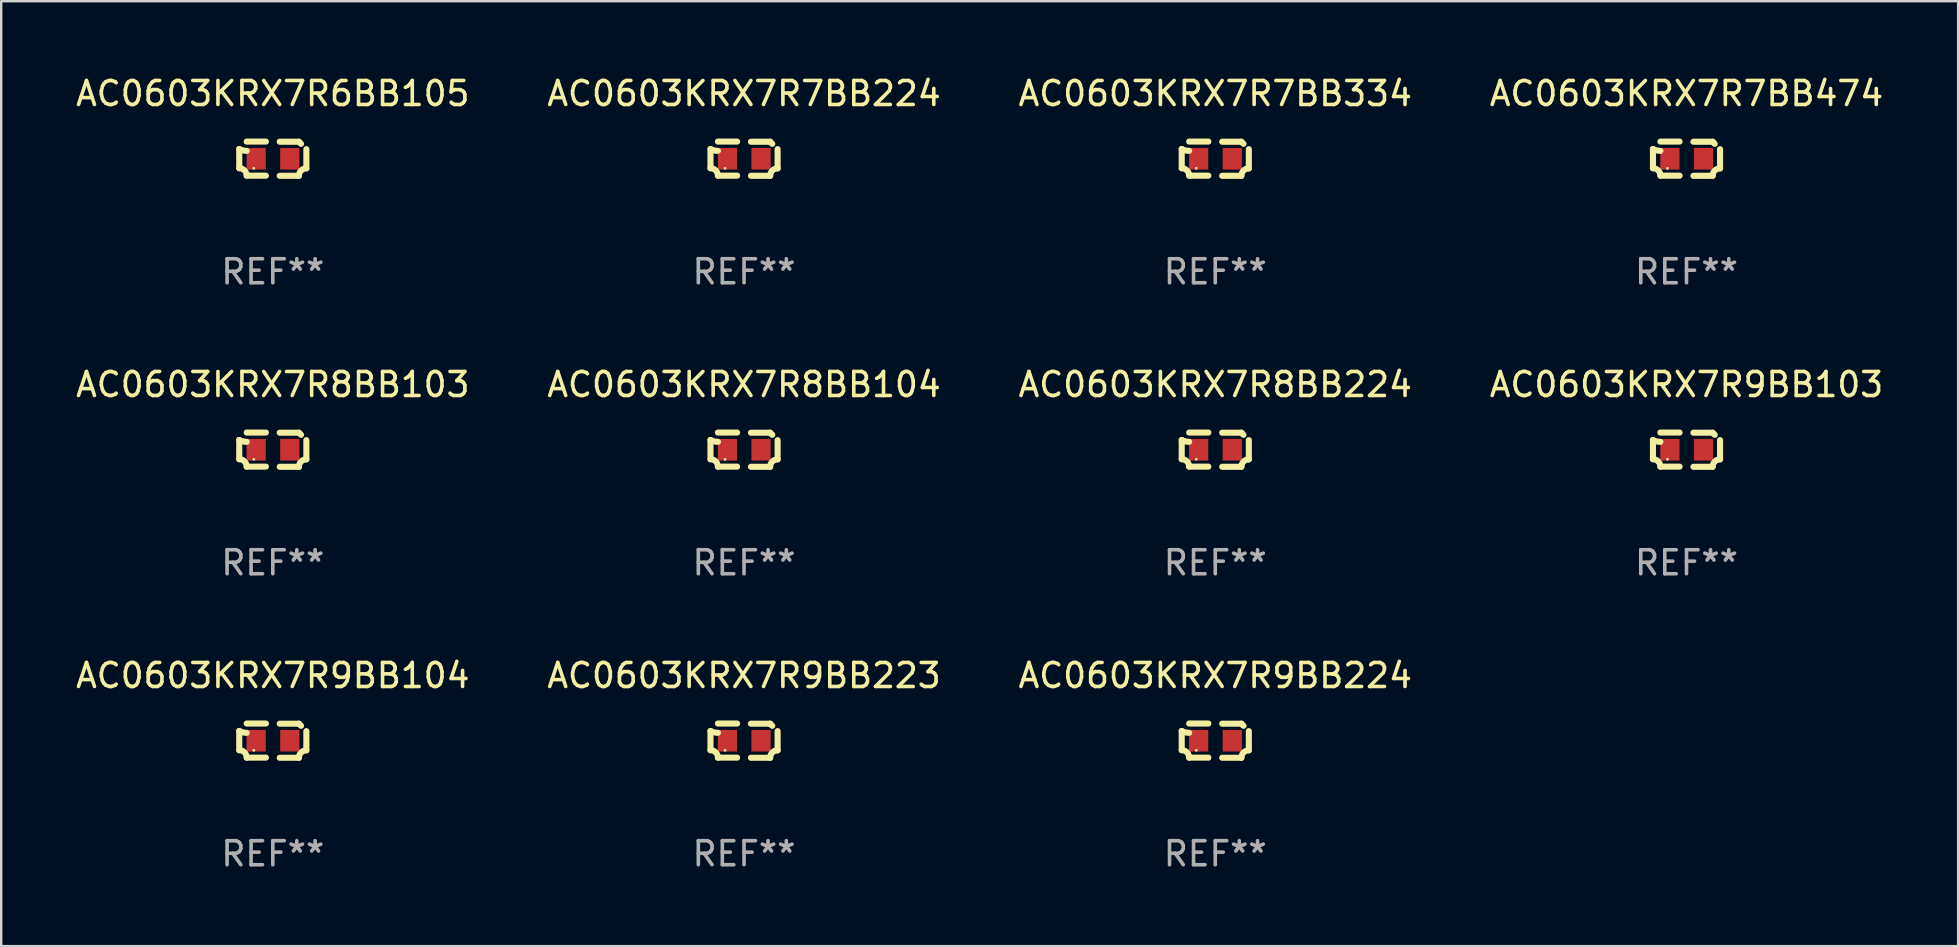
<source format=kicad_pcb>
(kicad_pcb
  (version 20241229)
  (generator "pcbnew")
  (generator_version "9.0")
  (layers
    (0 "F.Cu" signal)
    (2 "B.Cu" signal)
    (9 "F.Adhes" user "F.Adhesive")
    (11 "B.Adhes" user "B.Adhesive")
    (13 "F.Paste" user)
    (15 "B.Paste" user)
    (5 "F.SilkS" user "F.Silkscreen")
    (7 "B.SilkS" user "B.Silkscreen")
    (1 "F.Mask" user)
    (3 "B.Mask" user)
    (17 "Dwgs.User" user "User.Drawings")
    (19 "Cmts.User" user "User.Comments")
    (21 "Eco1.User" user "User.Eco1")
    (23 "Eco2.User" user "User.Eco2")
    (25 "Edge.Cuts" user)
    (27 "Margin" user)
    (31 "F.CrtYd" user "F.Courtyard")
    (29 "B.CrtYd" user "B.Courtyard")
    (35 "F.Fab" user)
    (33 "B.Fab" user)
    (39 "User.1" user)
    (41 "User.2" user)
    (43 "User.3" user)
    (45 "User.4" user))
  (footprint "AC0603KRX7R9BB104"
    (layer "F.Cu")
    (at 8.315 27.805)
    (property "Reference" "AC0603KRX7R9BB104" (at 0 -2.713 0) (layer "F.SilkS") (effects (font (size 1 1) (thickness 0.15))))
    (attr through_hole)
    (fp_line (start -1.398 -0.403) (end -1.398 0.397) (stroke (width 0.254) (type solid)) (layer "F.SilkS"))
    (fp_line (start -0.288 -0.713) (end -1.088 -0.713) (stroke (width 0.254) (type solid)) (layer "F.SilkS"))
    (fp_line (start -0.288 0.707) (end -1.088 0.707) (stroke (width 0.254) (type solid)) (layer "F.SilkS"))
    (fp_line (start 0.288 -0.707) (end 1.088 -0.707) (stroke (width 0.254) (type solid)) (layer "F.SilkS"))
    (fp_line (start 0.288 0.713) (end 1.088 0.713) (stroke (width 0.254) (type solid)) (layer "F.SilkS"))
    (fp_line (start 1.398 -0.397) (end 1.398 0.403) (stroke (width 0.254) (type solid)) (layer "F.SilkS"))
    (fp_arc (start -1.397789 0.397066) (mid -1.178701 0.487826) (end -1.08796 0.706922) (stroke (width 0.254001) (type solid)) (layer "F.SilkS"))
    (fp_arc (start -1.08796 -0.327176) (mid -1.247436 -0.346384) (end -1.39779 -0.402908) (stroke (width 0.254001) (type solid)) (layer "F.SilkS"))
    (fp_arc (start 1.087909 0.712738) (mid 1.178656 0.493655) (end 1.397739 0.402908) (stroke (width 0.254001) (type solid)) (layer "F.SilkS"))
    (fp_arc (start 1.175925 -0.618926) (mid 1.131917 -0.662923) (end 1.08791 -0.706922) (stroke (width 0.254001) (type solid)) (layer "F.SilkS"))
    (fp_circle (center -0.792 0.403) (end -0.762 0.403) (stroke (width 0.06) (type solid)) (fill no) (layer "F.SilkS"))
    (fp_text user "REF**" (at 0 4.713 0) (layer "F.Fab") (effects (font (size 1 1) (thickness 0.15))))
    (pad "1" smd rect (at -0.692 0.003) (size 0.8 0.9) (layers "F.Cu" "F.Mask" "F.Paste"))
    (pad "2" smd rect (at 0.708 0.003) (size 0.8 0.9) (layers "F.Cu" "F.Mask" "F.Paste")))
  (footprint "AC0603KRX7R8BB224"
    (layer "F.Cu")
    (at 47.577 15.683)
    (property "Reference" "AC0603KRX7R8BB224" (at 0 -2.713 0) (layer "F.SilkS") (effects (font (size 1 1) (thickness 0.15))))
    (attr through_hole)
    (fp_line (start -1.398 -0.403) (end -1.398 0.397) (stroke (width 0.254) (type solid)) (layer "F.SilkS"))
    (fp_line (start -0.288 -0.713) (end -1.088 -0.713) (stroke (width 0.254) (type solid)) (layer "F.SilkS"))
    (fp_line (start -0.288 0.707) (end -1.088 0.707) (stroke (width 0.254) (type solid)) (layer "F.SilkS"))
    (fp_line (start 0.288 -0.707) (end 1.088 -0.707) (stroke (width 0.254) (type solid)) (layer "F.SilkS"))
    (fp_line (start 0.288 0.713) (end 1.088 0.713) (stroke (width 0.254) (type solid)) (layer "F.SilkS"))
    (fp_line (start 1.398 -0.397) (end 1.398 0.403) (stroke (width 0.254) (type solid)) (layer "F.SilkS"))
    (fp_arc (start -1.397789 0.397066) (mid -1.178701 0.487826) (end -1.08796 0.706922) (stroke (width 0.254001) (type solid)) (layer "F.SilkS"))
    (fp_arc (start -1.08796 -0.327176) (mid -1.247436 -0.346384) (end -1.39779 -0.402908) (stroke (width 0.254001) (type solid)) (layer "F.SilkS"))
    (fp_arc (start 1.087909 0.712738) (mid 1.178656 0.493655) (end 1.397739 0.402908) (stroke (width 0.254001) (type solid)) (layer "F.SilkS"))
    (fp_arc (start 1.175925 -0.618926) (mid 1.131917 -0.662923) (end 1.08791 -0.706922) (stroke (width 0.254001) (type solid)) (layer "F.SilkS"))
    (fp_circle (center -0.792 0.403) (end -0.762 0.403) (stroke (width 0.06) (type solid)) (fill no) (layer "F.SilkS"))
    (fp_text user "REF**" (at 0 4.713 0) (layer "F.Fab") (effects (font (size 1 1) (thickness 0.15))))
    (pad "1" smd rect (at -0.692 0.003) (size 0.8 0.9) (layers "F.Cu" "F.Mask" "F.Paste"))
    (pad "2" smd rect (at 0.708 0.003) (size 0.8 0.9) (layers "F.Cu" "F.Mask" "F.Paste")))
  (footprint "AC0603KRX7R7BB224"
    (layer "F.Cu")
    (at 27.946 3.561)
    (property "Reference" "AC0603KRX7R7BB224" (at 0 -2.713 0) (layer "F.SilkS") (effects (font (size 1 1) (thickness 0.15))))
    (attr through_hole)
    (fp_line (start -1.398 -0.403) (end -1.398 0.397) (stroke (width 0.254) (type solid)) (layer "F.SilkS"))
    (fp_line (start -0.288 -0.713) (end -1.088 -0.713) (stroke (width 0.254) (type solid)) (layer "F.SilkS"))
    (fp_line (start -0.288 0.707) (end -1.088 0.707) (stroke (width 0.254) (type solid)) (layer "F.SilkS"))
    (fp_line (start 0.288 -0.707) (end 1.088 -0.707) (stroke (width 0.254) (type solid)) (layer "F.SilkS"))
    (fp_line (start 0.288 0.713) (end 1.088 0.713) (stroke (width 0.254) (type solid)) (layer "F.SilkS"))
    (fp_line (start 1.398 -0.397) (end 1.398 0.403) (stroke (width 0.254) (type solid)) (layer "F.SilkS"))
    (fp_arc (start -1.397789 0.397066) (mid -1.178701 0.487826) (end -1.08796 0.706922) (stroke (width 0.254001) (type solid)) (layer "F.SilkS"))
    (fp_arc (start -1.08796 -0.327176) (mid -1.247436 -0.346384) (end -1.39779 -0.402908) (stroke (width 0.254001) (type solid)) (layer "F.SilkS"))
    (fp_arc (start 1.087909 0.712738) (mid 1.178656 0.493655) (end 1.397739 0.402908) (stroke (width 0.254001) (type solid)) (layer "F.SilkS"))
    (fp_arc (start 1.175925 -0.618926) (mid 1.131917 -0.662923) (end 1.08791 -0.706922) (stroke (width 0.254001) (type solid)) (layer "F.SilkS"))
    (fp_circle (center -0.792 0.403) (end -0.762 0.403) (stroke (width 0.06) (type solid)) (fill no) (layer "F.SilkS"))
    (fp_text user "REF**" (at 0 4.713 0) (layer "F.Fab") (effects (font (size 1 1) (thickness 0.15))))
    (pad "1" smd rect (at -0.692 0.003) (size 0.8 0.9) (layers "F.Cu" "F.Mask" "F.Paste"))
    (pad "2" smd rect (at 0.708 0.003) (size 0.8 0.9) (layers "F.Cu" "F.Mask" "F.Paste")))
  (footprint "AC0603KRX7R7BB474"
    (layer "F.Cu")
    (at 67.208 3.561)
    (property "Reference" "AC0603KRX7R7BB474" (at 0 -2.713 0) (layer "F.SilkS") (effects (font (size 1 1) (thickness 0.15))))
    (attr through_hole)
    (fp_line (start -1.398 -0.403) (end -1.398 0.397) (stroke (width 0.254) (type solid)) (layer "F.SilkS"))
    (fp_line (start -0.288 -0.713) (end -1.088 -0.713) (stroke (width 0.254) (type solid)) (layer "F.SilkS"))
    (fp_line (start -0.288 0.707) (end -1.088 0.707) (stroke (width 0.254) (type solid)) (layer "F.SilkS"))
    (fp_line (start 0.288 -0.707) (end 1.088 -0.707) (stroke (width 0.254) (type solid)) (layer "F.SilkS"))
    (fp_line (start 0.288 0.713) (end 1.088 0.713) (stroke (width 0.254) (type solid)) (layer "F.SilkS"))
    (fp_line (start 1.398 -0.397) (end 1.398 0.403) (stroke (width 0.254) (type solid)) (layer "F.SilkS"))
    (fp_arc (start -1.397789 0.397066) (mid -1.178701 0.487826) (end -1.08796 0.706922) (stroke (width 0.254001) (type solid)) (layer "F.SilkS"))
    (fp_arc (start -1.08796 -0.327176) (mid -1.247436 -0.346384) (end -1.39779 -0.402908) (stroke (width 0.254001) (type solid)) (layer "F.SilkS"))
    (fp_arc (start 1.087909 0.712738) (mid 1.178656 0.493655) (end 1.397739 0.402908) (stroke (width 0.254001) (type solid)) (layer "F.SilkS"))
    (fp_arc (start 1.175925 -0.618926) (mid 1.131917 -0.662923) (end 1.08791 -0.706922) (stroke (width 0.254001) (type solid)) (layer "F.SilkS"))
    (fp_circle (center -0.792 0.403) (end -0.762 0.403) (stroke (width 0.06) (type solid)) (fill no) (layer "F.SilkS"))
    (fp_text user "REF**" (at 0 4.713 0) (layer "F.Fab") (effects (font (size 1 1) (thickness 0.15))))
    (pad "1" smd rect (at -0.692 0.003) (size 0.8 0.9) (layers "F.Cu" "F.Mask" "F.Paste"))
    (pad "2" smd rect (at 0.708 0.003) (size 0.8 0.9) (layers "F.Cu" "F.Mask" "F.Paste")))
  (footprint "AC0603KRX7R8BB103"
    (layer "F.Cu")
    (at 8.315 15.683)
    (property "Reference" "AC0603KRX7R8BB103" (at 0 -2.713 0) (layer "F.SilkS") (effects (font (size 1 1) (thickness 0.15))))
    (attr through_hole)
    (fp_line (start -1.398 -0.403) (end -1.398 0.397) (stroke (width 0.254) (type solid)) (layer "F.SilkS"))
    (fp_line (start -0.288 -0.713) (end -1.088 -0.713) (stroke (width 0.254) (type solid)) (layer "F.SilkS"))
    (fp_line (start -0.288 0.707) (end -1.088 0.707) (stroke (width 0.254) (type solid)) (layer "F.SilkS"))
    (fp_line (start 0.288 -0.707) (end 1.088 -0.707) (stroke (width 0.254) (type solid)) (layer "F.SilkS"))
    (fp_line (start 0.288 0.713) (end 1.088 0.713) (stroke (width 0.254) (type solid)) (layer "F.SilkS"))
    (fp_line (start 1.398 -0.397) (end 1.398 0.403) (stroke (width 0.254) (type solid)) (layer "F.SilkS"))
    (fp_arc (start -1.397789 0.397066) (mid -1.178701 0.487826) (end -1.08796 0.706922) (stroke (width 0.254001) (type solid)) (layer "F.SilkS"))
    (fp_arc (start -1.08796 -0.327176) (mid -1.247436 -0.346384) (end -1.39779 -0.402908) (stroke (width 0.254001) (type solid)) (layer "F.SilkS"))
    (fp_arc (start 1.087909 0.712738) (mid 1.178656 0.493655) (end 1.397739 0.402908) (stroke (width 0.254001) (type solid)) (layer "F.SilkS"))
    (fp_arc (start 1.175925 -0.618926) (mid 1.131917 -0.662923) (end 1.08791 -0.706922) (stroke (width 0.254001) (type solid)) (layer "F.SilkS"))
    (fp_circle (center -0.792 0.403) (end -0.762 0.403) (stroke (width 0.06) (type solid)) (fill no) (layer "F.SilkS"))
    (fp_text user "REF**" (at 0 4.713 0) (layer "F.Fab") (effects (font (size 1 1) (thickness 0.15))))
    (pad "1" smd rect (at -0.692 0.003) (size 0.8 0.9) (layers "F.Cu" "F.Mask" "F.Paste"))
    (pad "2" smd rect (at 0.708 0.003) (size 0.8 0.9) (layers "F.Cu" "F.Mask" "F.Paste")))
  (footprint "AC0603KRX7R6BB105"
    (layer "F.Cu")
    (at 8.315 3.561)
    (property "Reference" "AC0603KRX7R6BB105" (at 0 -2.713 0) (layer "F.SilkS") (effects (font (size 1 1) (thickness 0.15))))
    (attr through_hole)
    (fp_line (start -1.398 -0.403) (end -1.398 0.397) (stroke (width 0.254) (type solid)) (layer "F.SilkS"))
    (fp_line (start -0.288 -0.713) (end -1.088 -0.713) (stroke (width 0.254) (type solid)) (layer "F.SilkS"))
    (fp_line (start -0.288 0.707) (end -1.088 0.707) (stroke (width 0.254) (type solid)) (layer "F.SilkS"))
    (fp_line (start 0.288 -0.707) (end 1.088 -0.707) (stroke (width 0.254) (type solid)) (layer "F.SilkS"))
    (fp_line (start 0.288 0.713) (end 1.088 0.713) (stroke (width 0.254) (type solid)) (layer "F.SilkS"))
    (fp_line (start 1.398 -0.397) (end 1.398 0.403) (stroke (width 0.254) (type solid)) (layer "F.SilkS"))
    (fp_arc (start -1.397789 0.397066) (mid -1.178701 0.487826) (end -1.08796 0.706922) (stroke (width 0.254001) (type solid)) (layer "F.SilkS"))
    (fp_arc (start -1.08796 -0.327176) (mid -1.247436 -0.346384) (end -1.39779 -0.402908) (stroke (width 0.254001) (type solid)) (layer "F.SilkS"))
    (fp_arc (start 1.087909 0.712738) (mid 1.178656 0.493655) (end 1.397739 0.402908) (stroke (width 0.254001) (type solid)) (layer "F.SilkS"))
    (fp_arc (start 1.175925 -0.618926) (mid 1.131917 -0.662923) (end 1.08791 -0.706922) (stroke (width 0.254001) (type solid)) (layer "F.SilkS"))
    (fp_circle (center -0.792 0.403) (end -0.762 0.403) (stroke (width 0.06) (type solid)) (fill no) (layer "F.SilkS"))
    (fp_text user "REF**" (at 0 4.713 0) (layer "F.Fab") (effects (font (size 1 1) (thickness 0.15))))
    (pad "1" smd rect (at -0.692 0.003) (size 0.8 0.9) (layers "F.Cu" "F.Mask" "F.Paste"))
    (pad "2" smd rect (at 0.708 0.003) (size 0.8 0.9) (layers "F.Cu" "F.Mask" "F.Paste")))
  (footprint "AC0603KRX7R9BB223"
    (layer "F.Cu")
    (at 27.946 27.805)
    (property "Reference" "AC0603KRX7R9BB223" (at 0 -2.713 0) (layer "F.SilkS") (effects (font (size 1 1) (thickness 0.15))))
    (attr through_hole)
    (fp_line (start -1.398 -0.403) (end -1.398 0.397) (stroke (width 0.254) (type solid)) (layer "F.SilkS"))
    (fp_line (start -0.288 -0.713) (end -1.088 -0.713) (stroke (width 0.254) (type solid)) (layer "F.SilkS"))
    (fp_line (start -0.288 0.707) (end -1.088 0.707) (stroke (width 0.254) (type solid)) (layer "F.SilkS"))
    (fp_line (start 0.288 -0.707) (end 1.088 -0.707) (stroke (width 0.254) (type solid)) (layer "F.SilkS"))
    (fp_line (start 0.288 0.713) (end 1.088 0.713) (stroke (width 0.254) (type solid)) (layer "F.SilkS"))
    (fp_line (start 1.398 -0.397) (end 1.398 0.403) (stroke (width 0.254) (type solid)) (layer "F.SilkS"))
    (fp_arc (start -1.397789 0.397066) (mid -1.178701 0.487826) (end -1.08796 0.706922) (stroke (width 0.254001) (type solid)) (layer "F.SilkS"))
    (fp_arc (start -1.08796 -0.327176) (mid -1.247436 -0.346384) (end -1.39779 -0.402908) (stroke (width 0.254001) (type solid)) (layer "F.SilkS"))
    (fp_arc (start 1.087909 0.712738) (mid 1.178656 0.493655) (end 1.397739 0.402908) (stroke (width 0.254001) (type solid)) (layer "F.SilkS"))
    (fp_arc (start 1.175925 -0.618926) (mid 1.131917 -0.662923) (end 1.08791 -0.706922) (stroke (width 0.254001) (type solid)) (layer "F.SilkS"))
    (fp_circle (center -0.792 0.403) (end -0.762 0.403) (stroke (width 0.06) (type solid)) (fill no) (layer "F.SilkS"))
    (fp_text user "REF**" (at 0 4.713 0) (layer "F.Fab") (effects (font (size 1 1) (thickness 0.15))))
    (pad "1" smd rect (at -0.692 0.003) (size 0.8 0.9) (layers "F.Cu" "F.Mask" "F.Paste"))
    (pad "2" smd rect (at 0.708 0.003) (size 0.8 0.9) (layers "F.Cu" "F.Mask" "F.Paste")))
  (footprint "AC0603KRX7R9BB224"
    (layer "F.Cu")
    (at 47.577 27.805)
    (property "Reference" "AC0603KRX7R9BB224" (at 0 -2.713 0) (layer "F.SilkS") (effects (font (size 1 1) (thickness 0.15))))
    (attr through_hole)
    (fp_line (start -1.398 -0.403) (end -1.398 0.397) (stroke (width 0.254) (type solid)) (layer "F.SilkS"))
    (fp_line (start -0.288 -0.713) (end -1.088 -0.713) (stroke (width 0.254) (type solid)) (layer "F.SilkS"))
    (fp_line (start -0.288 0.707) (end -1.088 0.707) (stroke (width 0.254) (type solid)) (layer "F.SilkS"))
    (fp_line (start 0.288 -0.707) (end 1.088 -0.707) (stroke (width 0.254) (type solid)) (layer "F.SilkS"))
    (fp_line (start 0.288 0.713) (end 1.088 0.713) (stroke (width 0.254) (type solid)) (layer "F.SilkS"))
    (fp_line (start 1.398 -0.397) (end 1.398 0.403) (stroke (width 0.254) (type solid)) (layer "F.SilkS"))
    (fp_arc (start -1.397789 0.397066) (mid -1.178701 0.487826) (end -1.08796 0.706922) (stroke (width 0.254001) (type solid)) (layer "F.SilkS"))
    (fp_arc (start -1.08796 -0.327176) (mid -1.247436 -0.346384) (end -1.39779 -0.402908) (stroke (width 0.254001) (type solid)) (layer "F.SilkS"))
    (fp_arc (start 1.087909 0.712738) (mid 1.178656 0.493655) (end 1.397739 0.402908) (stroke (width 0.254001) (type solid)) (layer "F.SilkS"))
    (fp_arc (start 1.175925 -0.618926) (mid 1.131917 -0.662923) (end 1.08791 -0.706922) (stroke (width 0.254001) (type solid)) (layer "F.SilkS"))
    (fp_circle (center -0.792 0.403) (end -0.762 0.403) (stroke (width 0.06) (type solid)) (fill no) (layer "F.SilkS"))
    (fp_text user "REF**" (at 0 4.713 0) (layer "F.Fab") (effects (font (size 1 1) (thickness 0.15))))
    (pad "1" smd rect (at -0.692 0.003) (size 0.8 0.9) (layers "F.Cu" "F.Mask" "F.Paste"))
    (pad "2" smd rect (at 0.708 0.003) (size 0.8 0.9) (layers "F.Cu" "F.Mask" "F.Paste")))
  (footprint "AC0603KRX7R7BB334"
    (layer "F.Cu")
    (at 47.577 3.561)
    (property "Reference" "AC0603KRX7R7BB334" (at 0 -2.713 0) (layer "F.SilkS") (effects (font (size 1 1) (thickness 0.15))))
    (attr through_hole)
    (fp_line (start -1.398 -0.403) (end -1.398 0.397) (stroke (width 0.254) (type solid)) (layer "F.SilkS"))
    (fp_line (start -0.288 -0.713) (end -1.088 -0.713) (stroke (width 0.254) (type solid)) (layer "F.SilkS"))
    (fp_line (start -0.288 0.707) (end -1.088 0.707) (stroke (width 0.254) (type solid)) (layer "F.SilkS"))
    (fp_line (start 0.288 -0.707) (end 1.088 -0.707) (stroke (width 0.254) (type solid)) (layer "F.SilkS"))
    (fp_line (start 0.288 0.713) (end 1.088 0.713) (stroke (width 0.254) (type solid)) (layer "F.SilkS"))
    (fp_line (start 1.398 -0.397) (end 1.398 0.403) (stroke (width 0.254) (type solid)) (layer "F.SilkS"))
    (fp_arc (start -1.397789 0.397066) (mid -1.178701 0.487826) (end -1.08796 0.706922) (stroke (width 0.254001) (type solid)) (layer "F.SilkS"))
    (fp_arc (start -1.08796 -0.327176) (mid -1.247436 -0.346384) (end -1.39779 -0.402908) (stroke (width 0.254001) (type solid)) (layer "F.SilkS"))
    (fp_arc (start 1.087909 0.712738) (mid 1.178656 0.493655) (end 1.397739 0.402908) (stroke (width 0.254001) (type solid)) (layer "F.SilkS"))
    (fp_arc (start 1.175925 -0.618926) (mid 1.131917 -0.662923) (end 1.08791 -0.706922) (stroke (width 0.254001) (type solid)) (layer "F.SilkS"))
    (fp_circle (center -0.792 0.403) (end -0.762 0.403) (stroke (width 0.06) (type solid)) (fill no) (layer "F.SilkS"))
    (fp_text user "REF**" (at 0 4.713 0) (layer "F.Fab") (effects (font (size 1 1) (thickness 0.15))))
    (pad "1" smd rect (at -0.692 0.003) (size 0.8 0.9) (layers "F.Cu" "F.Mask" "F.Paste"))
    (pad "2" smd rect (at 0.708 0.003) (size 0.8 0.9) (layers "F.Cu" "F.Mask" "F.Paste")))
  (footprint "AC0603KRX7R8BB104"
    (layer "F.Cu")
    (at 27.946 15.683)
    (property "Reference" "AC0603KRX7R8BB104" (at 0 -2.713 0) (layer "F.SilkS") (effects (font (size 1 1) (thickness 0.15))))
    (attr through_hole)
    (fp_line (start -1.398 -0.403) (end -1.398 0.397) (stroke (width 0.254) (type solid)) (layer "F.SilkS"))
    (fp_line (start -0.288 -0.713) (end -1.088 -0.713) (stroke (width 0.254) (type solid)) (layer "F.SilkS"))
    (fp_line (start -0.288 0.707) (end -1.088 0.707) (stroke (width 0.254) (type solid)) (layer "F.SilkS"))
    (fp_line (start 0.288 -0.707) (end 1.088 -0.707) (stroke (width 0.254) (type solid)) (layer "F.SilkS"))
    (fp_line (start 0.288 0.713) (end 1.088 0.713) (stroke (width 0.254) (type solid)) (layer "F.SilkS"))
    (fp_line (start 1.398 -0.397) (end 1.398 0.403) (stroke (width 0.254) (type solid)) (layer "F.SilkS"))
    (fp_arc (start -1.397789 0.397066) (mid -1.178701 0.487826) (end -1.08796 0.706922) (stroke (width 0.254001) (type solid)) (layer "F.SilkS"))
    (fp_arc (start -1.08796 -0.327176) (mid -1.247436 -0.346384) (end -1.39779 -0.402908) (stroke (width 0.254001) (type solid)) (layer "F.SilkS"))
    (fp_arc (start 1.087909 0.712738) (mid 1.178656 0.493655) (end 1.397739 0.402908) (stroke (width 0.254001) (type solid)) (layer "F.SilkS"))
    (fp_arc (start 1.175925 -0.618926) (mid 1.131917 -0.662923) (end 1.08791 -0.706922) (stroke (width 0.254001) (type solid)) (layer "F.SilkS"))
    (fp_circle (center -0.792 0.403) (end -0.762 0.403) (stroke (width 0.06) (type solid)) (fill no) (layer "F.SilkS"))
    (fp_text user "REF**" (at 0 4.713 0) (layer "F.Fab") (effects (font (size 1 1) (thickness 0.15))))
    (pad "1" smd rect (at -0.692 0.003) (size 0.8 0.9) (layers "F.Cu" "F.Mask" "F.Paste"))
    (pad "2" smd rect (at 0.708 0.003) (size 0.8 0.9) (layers "F.Cu" "F.Mask" "F.Paste")))
  (footprint "AC0603KRX7R9BB103"
    (layer "F.Cu")
    (at 67.208 15.683)
    (property "Reference" "AC0603KRX7R9BB103" (at 0 -2.713 0) (layer "F.SilkS") (effects (font (size 1 1) (thickness 0.15))))
    (attr through_hole)
    (fp_line (start -1.398 -0.403) (end -1.398 0.397) (stroke (width 0.254) (type solid)) (layer "F.SilkS"))
    (fp_line (start -0.288 -0.713) (end -1.088 -0.713) (stroke (width 0.254) (type solid)) (layer "F.SilkS"))
    (fp_line (start -0.288 0.707) (end -1.088 0.707) (stroke (width 0.254) (type solid)) (layer "F.SilkS"))
    (fp_line (start 0.288 -0.707) (end 1.088 -0.707) (stroke (width 0.254) (type solid)) (layer "F.SilkS"))
    (fp_line (start 0.288 0.713) (end 1.088 0.713) (stroke (width 0.254) (type solid)) (layer "F.SilkS"))
    (fp_line (start 1.398 -0.397) (end 1.398 0.403) (stroke (width 0.254) (type solid)) (layer "F.SilkS"))
    (fp_arc (start -1.397789 0.397066) (mid -1.178701 0.487826) (end -1.08796 0.706922) (stroke (width 0.254001) (type solid)) (layer "F.SilkS"))
    (fp_arc (start -1.08796 -0.327176) (mid -1.247436 -0.346384) (end -1.39779 -0.402908) (stroke (width 0.254001) (type solid)) (layer "F.SilkS"))
    (fp_arc (start 1.087909 0.712738) (mid 1.178656 0.493655) (end 1.397739 0.402908) (stroke (width 0.254001) (type solid)) (layer "F.SilkS"))
    (fp_arc (start 1.175925 -0.618926) (mid 1.131917 -0.662923) (end 1.08791 -0.706922) (stroke (width 0.254001) (type solid)) (layer "F.SilkS"))
    (fp_circle (center -0.792 0.403) (end -0.762 0.403) (stroke (width 0.06) (type solid)) (fill no) (layer "F.SilkS"))
    (fp_text user "REF**" (at 0 4.713 0) (layer "F.Fab") (effects (font (size 1 1) (thickness 0.15))))
    (pad "1" smd rect (at -0.692 0.003) (size 0.8 0.9) (layers "F.Cu" "F.Mask" "F.Paste"))
    (pad "2" smd rect (at 0.708 0.003) (size 0.8 0.9) (layers "F.Cu" "F.Mask" "F.Paste")))
  (gr_rect
    (start -3 -3)
    (end 78.524 36.366)
    (stroke (width 0.1) (type default))
    (fill no)
    (layer "Edge.Cuts")))
</source>
